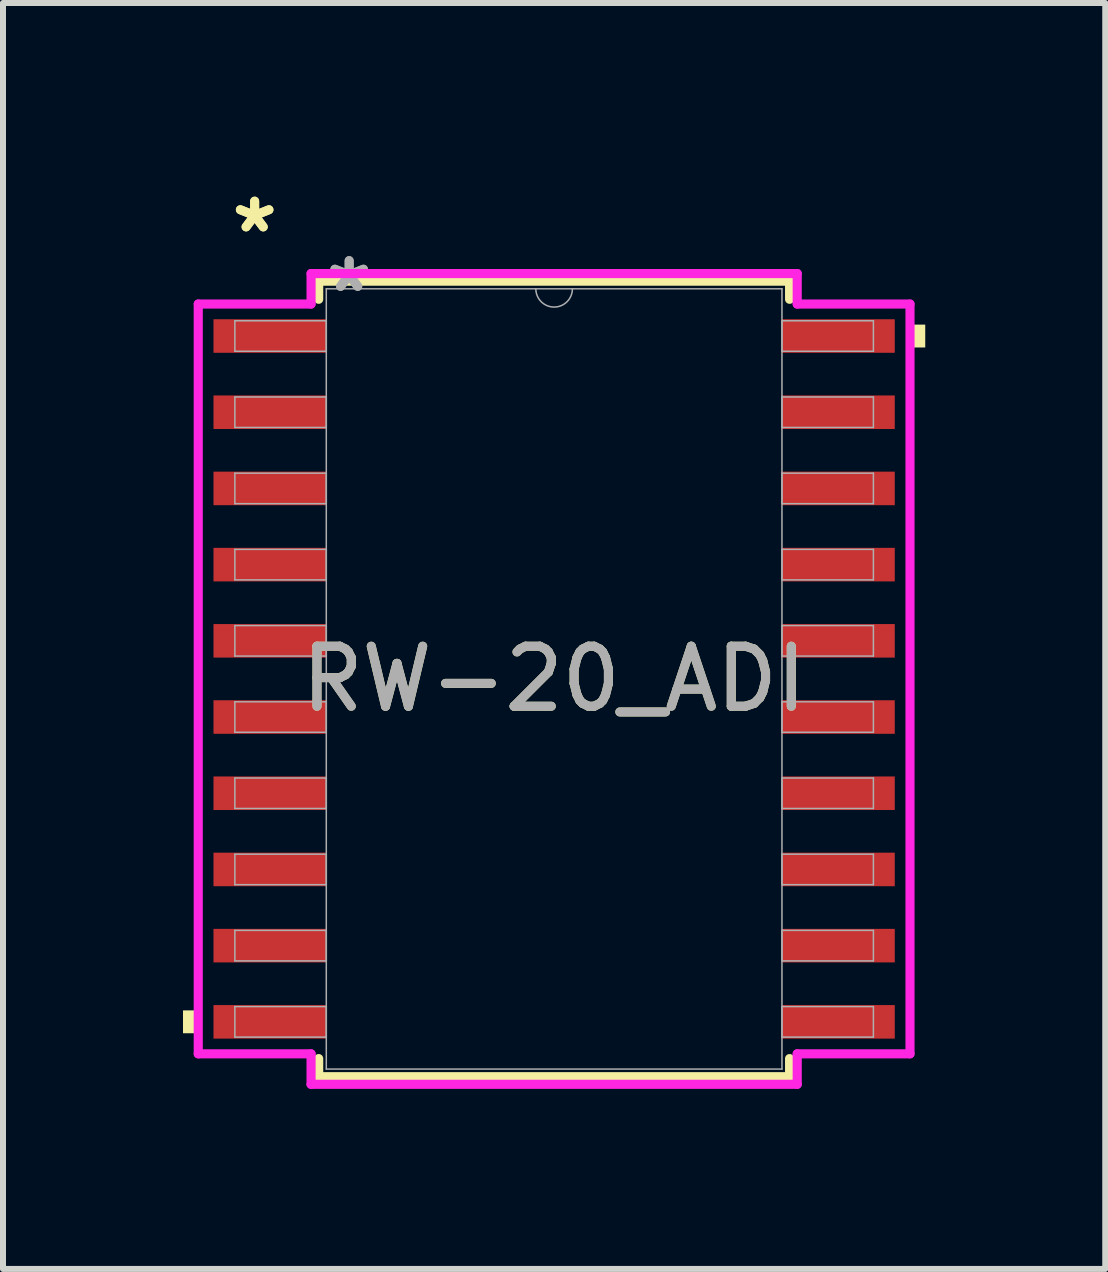
<source format=kicad_pcb>
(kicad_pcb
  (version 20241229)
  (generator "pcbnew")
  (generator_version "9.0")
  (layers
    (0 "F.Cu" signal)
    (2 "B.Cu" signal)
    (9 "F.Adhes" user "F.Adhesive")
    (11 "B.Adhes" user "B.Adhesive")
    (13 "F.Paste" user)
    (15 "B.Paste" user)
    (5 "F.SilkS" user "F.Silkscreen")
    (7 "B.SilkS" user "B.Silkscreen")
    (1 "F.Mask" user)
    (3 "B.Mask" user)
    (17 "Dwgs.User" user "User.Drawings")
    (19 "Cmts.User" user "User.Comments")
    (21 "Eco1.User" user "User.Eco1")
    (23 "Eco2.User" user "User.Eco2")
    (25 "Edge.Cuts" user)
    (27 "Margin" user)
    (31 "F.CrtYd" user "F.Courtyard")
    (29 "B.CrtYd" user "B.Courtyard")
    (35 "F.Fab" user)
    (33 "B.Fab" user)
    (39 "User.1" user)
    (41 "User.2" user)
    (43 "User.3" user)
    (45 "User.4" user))
  (footprint "RW-20_ADI"
    (layer "F.Cu")
    (at 6.185 8.265)
    (property "Reference" "RW-20_ADI" (at 0 0 0) (unlocked yes) (layer "F.SilkS") (effects (font (size 1 1) (thickness 0.15))))
    (attr smd)
    (fp_line (start -3.924 -6.629) (end -3.924 -6.327) (stroke (width 0.152) (type solid)) (layer "F.SilkS"))
    (fp_line (start -3.924 6.327) (end -3.924 6.629) (stroke (width 0.152) (type solid)) (layer "F.SilkS"))
    (fp_line (start -3.924 6.629) (end 3.924 6.629) (stroke (width 0.152) (type solid)) (layer "F.SilkS"))
    (fp_line (start 3.924 -6.629) (end -3.924 -6.629) (stroke (width 0.152) (type solid)) (layer "F.SilkS"))
    (fp_line (start 3.924 -6.327) (end 3.924 -6.629) (stroke (width 0.152) (type solid)) (layer "F.SilkS"))
    (fp_line (start 3.924 6.629) (end 3.924 6.327) (stroke (width 0.152) (type solid)) (layer "F.SilkS"))
    (fp_poly (pts (xy -6.185 5.524) (xy -6.185 5.905) (xy -5.931 5.905) (xy -5.931 5.524)) (stroke (width 0) (type solid)) (fill yes) (layer "F.SilkS"))
    (fp_poly (pts (xy 6.185 -5.905) (xy 6.185 -5.524) (xy 5.931 -5.524) (xy 5.931 -5.905)) (stroke (width 0) (type solid)) (fill yes) (layer "F.SilkS"))
    (fp_line (start -5.931 -6.248) (end -4.051 -6.248) (stroke (width 0.152) (type solid)) (layer "F.CrtYd"))
    (fp_line (start -5.931 6.248) (end -5.931 -6.248) (stroke (width 0.152) (type solid)) (layer "F.CrtYd"))
    (fp_line (start -5.931 6.248) (end -4.051 6.248) (stroke (width 0.152) (type solid)) (layer "F.CrtYd"))
    (fp_line (start -4.051 -6.756) (end 4.051 -6.756) (stroke (width 0.152) (type solid)) (layer "F.CrtYd"))
    (fp_line (start -4.051 -6.248) (end -4.051 -6.756) (stroke (width 0.152) (type solid)) (layer "F.CrtYd"))
    (fp_line (start -4.051 6.756) (end -4.051 6.248) (stroke (width 0.152) (type solid)) (layer "F.CrtYd"))
    (fp_line (start 4.051 -6.756) (end 4.051 -6.248) (stroke (width 0.152) (type solid)) (layer "F.CrtYd"))
    (fp_line (start 4.051 6.248) (end 4.051 6.756) (stroke (width 0.152) (type solid)) (layer "F.CrtYd"))
    (fp_line (start 4.051 6.756) (end -4.051 6.756) (stroke (width 0.152) (type solid)) (layer "F.CrtYd"))
    (fp_line (start 5.931 -6.248) (end 4.051 -6.248) (stroke (width 0.152) (type solid)) (layer "F.CrtYd"))
    (fp_line (start 5.931 -6.248) (end 5.931 6.248) (stroke (width 0.152) (type solid)) (layer "F.CrtYd"))
    (fp_line (start 5.931 6.248) (end 4.051 6.248) (stroke (width 0.152) (type solid)) (layer "F.CrtYd"))
    (fp_line (start -5.321 -5.969) (end -5.321 -5.461) (stroke (width 0.025) (type solid)) (layer "F.Fab"))
    (fp_line (start -5.321 -5.461) (end -3.797 -5.461) (stroke (width 0.025) (type solid)) (layer "F.Fab"))
    (fp_line (start -5.321 -4.699) (end -5.321 -4.191) (stroke (width 0.025) (type solid)) (layer "F.Fab"))
    (fp_line (start -5.321 -4.191) (end -3.797 -4.191) (stroke (width 0.025) (type solid)) (layer "F.Fab"))
    (fp_line (start -5.321 -3.429) (end -5.321 -2.921) (stroke (width 0.025) (type solid)) (layer "F.Fab"))
    (fp_line (start -5.321 -2.921) (end -3.797 -2.921) (stroke (width 0.025) (type solid)) (layer "F.Fab"))
    (fp_line (start -5.321 -2.159) (end -5.321 -1.651) (stroke (width 0.025) (type solid)) (layer "F.Fab"))
    (fp_line (start -5.321 -1.651) (end -3.797 -1.651) (stroke (width 0.025) (type solid)) (layer "F.Fab"))
    (fp_line (start -5.321 -0.889) (end -5.321 -0.381) (stroke (width 0.025) (type solid)) (layer "F.Fab"))
    (fp_line (start -5.321 -0.381) (end -3.797 -0.381) (stroke (width 0.025) (type solid)) (layer "F.Fab"))
    (fp_line (start -5.321 0.381) (end -5.321 0.889) (stroke (width 0.025) (type solid)) (layer "F.Fab"))
    (fp_line (start -5.321 0.889) (end -3.797 0.889) (stroke (width 0.025) (type solid)) (layer "F.Fab"))
    (fp_line (start -5.321 1.651) (end -5.321 2.159) (stroke (width 0.025) (type solid)) (layer "F.Fab"))
    (fp_line (start -5.321 2.159) (end -3.797 2.159) (stroke (width 0.025) (type solid)) (layer "F.Fab"))
    (fp_line (start -5.321 2.921) (end -5.321 3.429) (stroke (width 0.025) (type solid)) (layer "F.Fab"))
    (fp_line (start -5.321 3.429) (end -3.797 3.429) (stroke (width 0.025) (type solid)) (layer "F.Fab"))
    (fp_line (start -5.321 4.191) (end -5.321 4.699) (stroke (width 0.025) (type solid)) (layer "F.Fab"))
    (fp_line (start -5.321 4.699) (end -3.797 4.699) (stroke (width 0.025) (type solid)) (layer "F.Fab"))
    (fp_line (start -5.321 5.461) (end -5.321 5.969) (stroke (width 0.025) (type solid)) (layer "F.Fab"))
    (fp_line (start -5.321 5.969) (end -3.797 5.969) (stroke (width 0.025) (type solid)) (layer "F.Fab"))
    (fp_line (start -3.797 -6.502) (end -3.797 6.502) (stroke (width 0.025) (type solid)) (layer "F.Fab"))
    (fp_line (start -3.797 -5.969) (end -5.321 -5.969) (stroke (width 0.025) (type solid)) (layer "F.Fab"))
    (fp_line (start -3.797 -5.461) (end -3.797 -5.969) (stroke (width 0.025) (type solid)) (layer "F.Fab"))
    (fp_line (start -3.797 -4.699) (end -5.321 -4.699) (stroke (width 0.025) (type solid)) (layer "F.Fab"))
    (fp_line (start -3.797 -4.191) (end -3.797 -4.699) (stroke (width 0.025) (type solid)) (layer "F.Fab"))
    (fp_line (start -3.797 -3.429) (end -5.321 -3.429) (stroke (width 0.025) (type solid)) (layer "F.Fab"))
    (fp_line (start -3.797 -2.921) (end -3.797 -3.429) (stroke (width 0.025) (type solid)) (layer "F.Fab"))
    (fp_line (start -3.797 -2.159) (end -5.321 -2.159) (stroke (width 0.025) (type solid)) (layer "F.Fab"))
    (fp_line (start -3.797 -1.651) (end -3.797 -2.159) (stroke (width 0.025) (type solid)) (layer "F.Fab"))
    (fp_line (start -3.797 -0.889) (end -5.321 -0.889) (stroke (width 0.025) (type solid)) (layer "F.Fab"))
    (fp_line (start -3.797 -0.381) (end -3.797 -0.889) (stroke (width 0.025) (type solid)) (layer "F.Fab"))
    (fp_line (start -3.797 0.381) (end -5.321 0.381) (stroke (width 0.025) (type solid)) (layer "F.Fab"))
    (fp_line (start -3.797 0.889) (end -3.797 0.381) (stroke (width 0.025) (type solid)) (layer "F.Fab"))
    (fp_line (start -3.797 1.651) (end -5.321 1.651) (stroke (width 0.025) (type solid)) (layer "F.Fab"))
    (fp_line (start -3.797 2.159) (end -3.797 1.651) (stroke (width 0.025) (type solid)) (layer "F.Fab"))
    (fp_line (start -3.797 2.921) (end -5.321 2.921) (stroke (width 0.025) (type solid)) (layer "F.Fab"))
    (fp_line (start -3.797 3.429) (end -3.797 2.921) (stroke (width 0.025) (type solid)) (layer "F.Fab"))
    (fp_line (start -3.797 4.191) (end -5.321 4.191) (stroke (width 0.025) (type solid)) (layer "F.Fab"))
    (fp_line (start -3.797 4.699) (end -3.797 4.191) (stroke (width 0.025) (type solid)) (layer "F.Fab"))
    (fp_line (start -3.797 5.461) (end -5.321 5.461) (stroke (width 0.025) (type solid)) (layer "F.Fab"))
    (fp_line (start -3.797 5.969) (end -3.797 5.461) (stroke (width 0.025) (type solid)) (layer "F.Fab"))
    (fp_line (start -3.797 6.502) (end 3.797 6.502) (stroke (width 0.025) (type solid)) (layer "F.Fab"))
    (fp_line (start 3.797 -6.502) (end -3.797 -6.502) (stroke (width 0.025) (type solid)) (layer "F.Fab"))
    (fp_line (start 3.797 -5.969) (end 3.797 -5.461) (stroke (width 0.025) (type solid)) (layer "F.Fab"))
    (fp_line (start 3.797 -5.461) (end 5.321 -5.461) (stroke (width 0.025) (type solid)) (layer "F.Fab"))
    (fp_line (start 3.797 -4.699) (end 3.797 -4.191) (stroke (width 0.025) (type solid)) (layer "F.Fab"))
    (fp_line (start 3.797 -4.191) (end 5.321 -4.191) (stroke (width 0.025) (type solid)) (layer "F.Fab"))
    (fp_line (start 3.797 -3.429) (end 3.797 -2.921) (stroke (width 0.025) (type solid)) (layer "F.Fab"))
    (fp_line (start 3.797 -2.921) (end 5.321 -2.921) (stroke (width 0.025) (type solid)) (layer "F.Fab"))
    (fp_line (start 3.797 -2.159) (end 3.797 -1.651) (stroke (width 0.025) (type solid)) (layer "F.Fab"))
    (fp_line (start 3.797 -1.651) (end 5.321 -1.651) (stroke (width 0.025) (type solid)) (layer "F.Fab"))
    (fp_line (start 3.797 -0.889) (end 3.797 -0.381) (stroke (width 0.025) (type solid)) (layer "F.Fab"))
    (fp_line (start 3.797 -0.381) (end 5.321 -0.381) (stroke (width 0.025) (type solid)) (layer "F.Fab"))
    (fp_line (start 3.797 0.381) (end 3.797 0.889) (stroke (width 0.025) (type solid)) (layer "F.Fab"))
    (fp_line (start 3.797 0.889) (end 5.321 0.889) (stroke (width 0.025) (type solid)) (layer "F.Fab"))
    (fp_line (start 3.797 1.651) (end 3.797 2.159) (stroke (width 0.025) (type solid)) (layer "F.Fab"))
    (fp_line (start 3.797 2.159) (end 5.321 2.159) (stroke (width 0.025) (type solid)) (layer "F.Fab"))
    (fp_line (start 3.797 2.921) (end 3.797 3.429) (stroke (width 0.025) (type solid)) (layer "F.Fab"))
    (fp_line (start 3.797 3.429) (end 5.321 3.429) (stroke (width 0.025) (type solid)) (layer "F.Fab"))
    (fp_line (start 3.797 4.191) (end 3.797 4.699) (stroke (width 0.025) (type solid)) (layer "F.Fab"))
    (fp_line (start 3.797 4.699) (end 5.321 4.699) (stroke (width 0.025) (type solid)) (layer "F.Fab"))
    (fp_line (start 3.797 5.461) (end 3.797 5.969) (stroke (width 0.025) (type solid)) (layer "F.Fab"))
    (fp_line (start 3.797 5.969) (end 5.321 5.969) (stroke (width 0.025) (type solid)) (layer "F.Fab"))
    (fp_line (start 3.797 6.502) (end 3.797 -6.502) (stroke (width 0.025) (type solid)) (layer "F.Fab"))
    (fp_line (start 5.321 -5.969) (end 3.797 -5.969) (stroke (width 0.025) (type solid)) (layer "F.Fab"))
    (fp_line (start 5.321 -5.461) (end 5.321 -5.969) (stroke (width 0.025) (type solid)) (layer "F.Fab"))
    (fp_line (start 5.321 -4.699) (end 3.797 -4.699) (stroke (width 0.025) (type solid)) (layer "F.Fab"))
    (fp_line (start 5.321 -4.191) (end 5.321 -4.699) (stroke (width 0.025) (type solid)) (layer "F.Fab"))
    (fp_line (start 5.321 -3.429) (end 3.797 -3.429) (stroke (width 0.025) (type solid)) (layer "F.Fab"))
    (fp_line (start 5.321 -2.921) (end 5.321 -3.429) (stroke (width 0.025) (type solid)) (layer "F.Fab"))
    (fp_line (start 5.321 -2.159) (end 3.797 -2.159) (stroke (width 0.025) (type solid)) (layer "F.Fab"))
    (fp_line (start 5.321 -1.651) (end 5.321 -2.159) (stroke (width 0.025) (type solid)) (layer "F.Fab"))
    (fp_line (start 5.321 -0.889) (end 3.797 -0.889) (stroke (width 0.025) (type solid)) (layer "F.Fab"))
    (fp_line (start 5.321 -0.381) (end 5.321 -0.889) (stroke (width 0.025) (type solid)) (layer "F.Fab"))
    (fp_line (start 5.321 0.381) (end 3.797 0.381) (stroke (width 0.025) (type solid)) (layer "F.Fab"))
    (fp_line (start 5.321 0.889) (end 5.321 0.381) (stroke (width 0.025) (type solid)) (layer "F.Fab"))
    (fp_line (start 5.321 1.651) (end 3.797 1.651) (stroke (width 0.025) (type solid)) (layer "F.Fab"))
    (fp_line (start 5.321 2.159) (end 5.321 1.651) (stroke (width 0.025) (type solid)) (layer "F.Fab"))
    (fp_line (start 5.321 2.921) (end 3.797 2.921) (stroke (width 0.025) (type solid)) (layer "F.Fab"))
    (fp_line (start 5.321 3.429) (end 5.321 2.921) (stroke (width 0.025) (type solid)) (layer "F.Fab"))
    (fp_line (start 5.321 4.191) (end 3.797 4.191) (stroke (width 0.025) (type solid)) (layer "F.Fab"))
    (fp_line (start 5.321 4.699) (end 5.321 4.191) (stroke (width 0.025) (type solid)) (layer "F.Fab"))
    (fp_line (start 5.321 5.461) (end 3.797 5.461) (stroke (width 0.025) (type solid)) (layer "F.Fab"))
    (fp_line (start 5.321 5.969) (end 5.321 5.461) (stroke (width 0.025) (type solid)) (layer "F.Fab"))
    (fp_arc (start 0.3048 -6.5024) (mid 0 -6.1976) (end -0.3048 -6.5024) (stroke (width 0.0254) (type solid)) (layer "F.Fab"))
    (fp_text user "*" (at -4.991 -7.417 0) (unlocked yes) (layer "F.SilkS") (effects (font (size 1 1) (thickness 0.15))))
    (fp_text user "*" (at -4.991 -7.417 0) (layer "F.SilkS") (effects (font (size 1 1) (thickness 0.15))))
    (fp_text user "${REFERENCE}" (at 0 0 0) (unlocked yes) (layer "F.Fab") (effects (font (size 1 1) (thickness 0.15))))
    (fp_text user "*" (at -3.416 -6.426 0) (layer "F.Fab") (effects (font (size 1 1) (thickness 0.15))))
    (fp_text user "*" (at -3.416 -6.426 0) (unlocked yes) (layer "F.Fab") (effects (font (size 1 1) (thickness 0.15))))
    (pad "1" smd rect (at -4.737 -5.715) (size 1.88 0.559) (layers "F.Cu" "F.Mask" "F.Paste"))
    (pad "2" smd rect (at -4.737 -4.445) (size 1.88 0.559) (layers "F.Cu" "F.Mask" "F.Paste"))
    (pad "3" smd rect (at -4.737 -3.175) (size 1.88 0.559) (layers "F.Cu" "F.Mask" "F.Paste"))
    (pad "4" smd rect (at -4.737 -1.905) (size 1.88 0.559) (layers "F.Cu" "F.Mask" "F.Paste"))
    (pad "5" smd rect (at -4.737 -0.635) (size 1.88 0.559) (layers "F.Cu" "F.Mask" "F.Paste"))
    (pad "6" smd rect (at -4.737 0.635) (size 1.88 0.559) (layers "F.Cu" "F.Mask" "F.Paste"))
    (pad "7" smd rect (at -4.737 1.905) (size 1.88 0.559) (layers "F.Cu" "F.Mask" "F.Paste"))
    (pad "8" smd rect (at -4.737 3.175) (size 1.88 0.559) (layers "F.Cu" "F.Mask" "F.Paste"))
    (pad "9" smd rect (at -4.737 4.445) (size 1.88 0.559) (layers "F.Cu" "F.Mask" "F.Paste"))
    (pad "10" smd rect (at -4.737 5.715) (size 1.88 0.559) (layers "F.Cu" "F.Mask" "F.Paste"))
    (pad "11" smd rect (at 4.737 5.715) (size 1.88 0.559) (layers "F.Cu" "F.Mask" "F.Paste"))
    (pad "12" smd rect (at 4.737 4.445) (size 1.88 0.559) (layers "F.Cu" "F.Mask" "F.Paste"))
    (pad "13" smd rect (at 4.737 3.175) (size 1.88 0.559) (layers "F.Cu" "F.Mask" "F.Paste"))
    (pad "14" smd rect (at 4.737 1.905) (size 1.88 0.559) (layers "F.Cu" "F.Mask" "F.Paste"))
    (pad "15" smd rect (at 4.737 0.635) (size 1.88 0.559) (layers "F.Cu" "F.Mask" "F.Paste"))
    (pad "16" smd rect (at 4.737 -0.635) (size 1.88 0.559) (layers "F.Cu" "F.Mask" "F.Paste"))
    (pad "17" smd rect (at 4.737 -1.905) (size 1.88 0.559) (layers "F.Cu" "F.Mask" "F.Paste"))
    (pad "18" smd rect (at 4.737 -3.175) (size 1.88 0.559) (layers "F.Cu" "F.Mask" "F.Paste"))
    (pad "19" smd rect (at 4.737 -4.445) (size 1.88 0.559) (layers "F.Cu" "F.Mask" "F.Paste"))
    (pad "20" smd rect (at 4.737 -5.715) (size 1.88 0.559) (layers "F.Cu" "F.Mask" "F.Paste")))
  (gr_rect
    (start -3 -3)
    (end 15.37 18.098)
    (stroke (width 0.1) (type default))
    (fill no)
    (layer "Edge.Cuts")))
</source>
